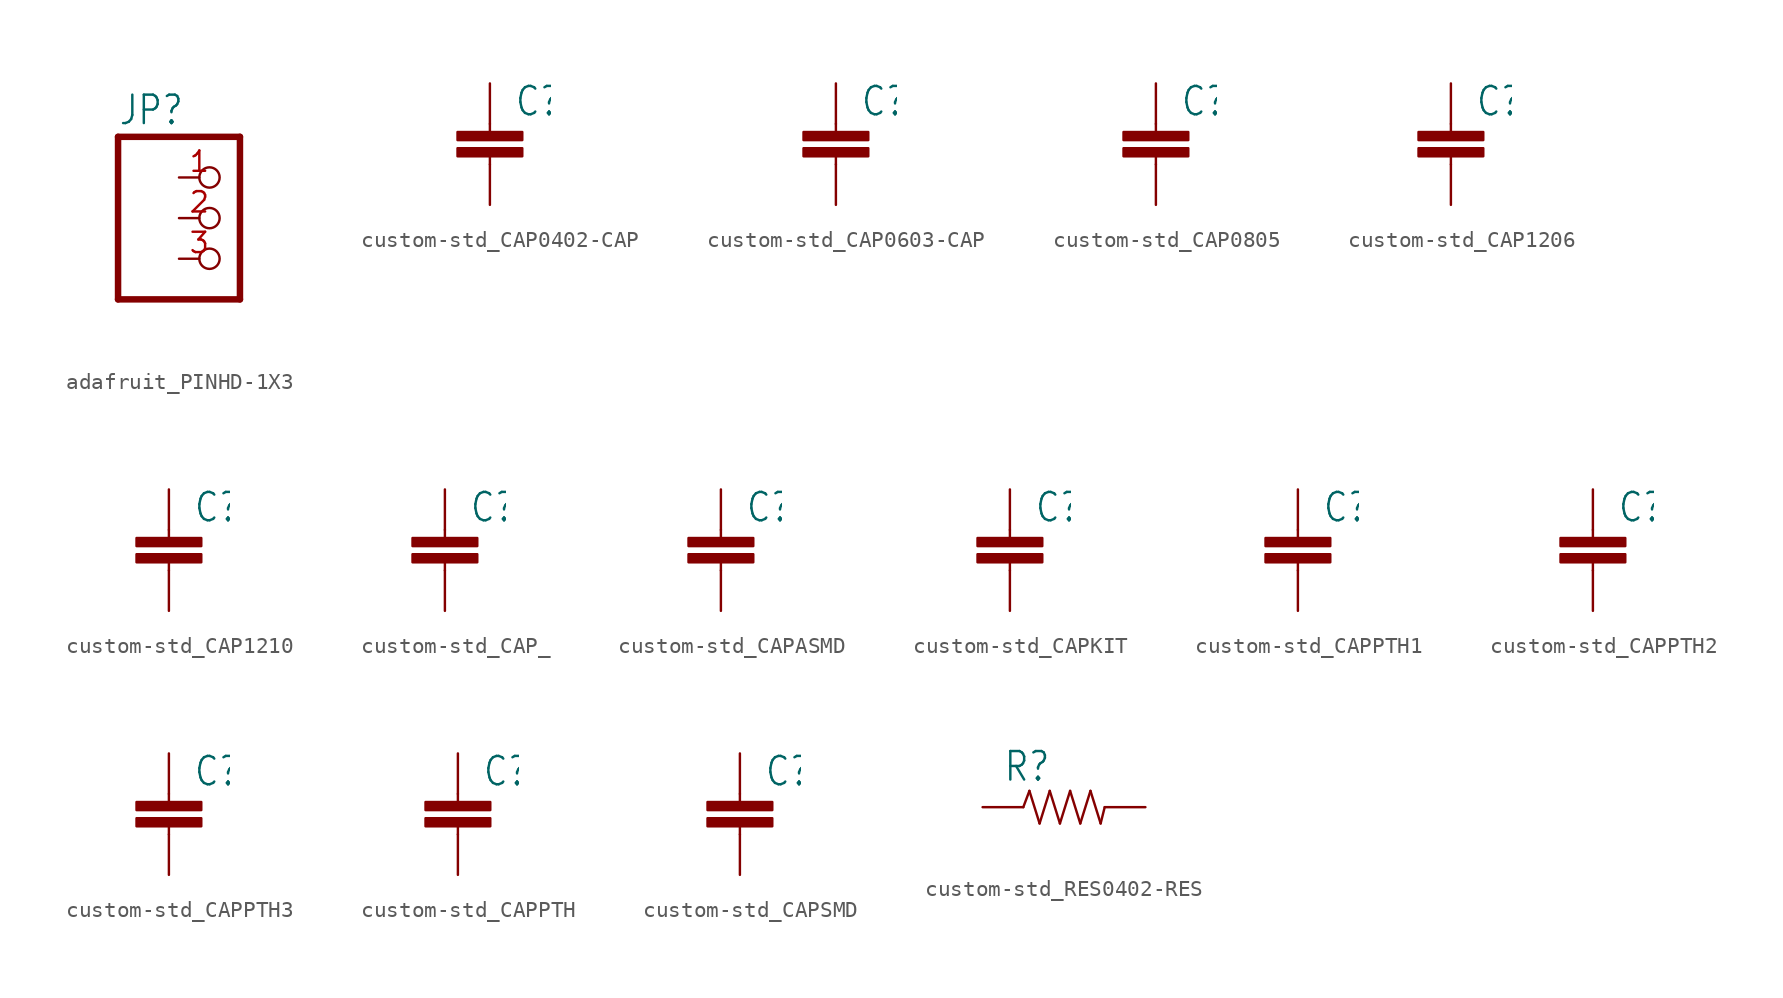
<source format=kicad_sym>
(kicad_symbol_lib
  (version 20220914)
  (generator kicad_symbol_editor)
  (symbol "adafruit_PINHD-1X3"
    (property "Reference" "JP"
      (at -6.35 5.715 0)
      (effects (font (size 1.778 1.511)) (justify left bottom)))
    (property "Value" ""
      (at -6.35 -7.62 0)
      (effects (font (size 1.778 1.511)) (justify left bottom)))
    (property "ki_locked" ""
      (at 0 0 0)
      (effects (font (size 1.27 1.27))))
    (symbol "adafruit_PINHD-1X3_1_0"
      (polyline (pts (xy -6.35 -5.08) (xy 1.27 -5.08)) (stroke (width 0.406) (type solid)) (fill (type none)))
      (polyline (pts (xy -6.35 5.08) (xy -6.35 -5.08)) (stroke (width 0.406) (type solid)) (fill (type none)))
      (polyline (pts (xy 1.27 -5.08) (xy 1.27 5.08)) (stroke (width 0.406) (type solid)) (fill (type none)))
      (polyline (pts (xy 1.27 5.08) (xy -6.35 5.08)) (stroke (width 0.406) (type solid)) (fill (type none)))
      (pin passive inverted (at -2.54 2.54 0) (length 2.54) (name "1" (effects (font (size 0 0)))) (number "1" (effects (font (size 1.27 1.27)))))
      (pin passive inverted (at -2.54 0 0) (length 2.54) (name "2" (effects (font (size 0 0)))) (number "2" (effects (font (size 1.27 1.27)))))
      (pin passive inverted (at -2.54 -2.54 0) (length 2.54) (name "3" (effects (font (size 0 0)))) (number "3" (effects (font (size 1.27 1.27)))))))
  (symbol "custom-std_CAP0402-CAP"
    (property "Reference" "C"
      (at 1.524 2.921 0)
      (effects (font (size 1.778 1.511)) (justify left bottom)))
    (property "Value" ""
      (at 1.524 -2.159 0)
      (effects (font (size 1.778 1.511)) (justify left bottom)))
    (property "ki_locked" ""
      (at 0 0 0)
      (effects (font (size 1.27 1.27))))
    (symbol "custom-std_CAP0402-CAP_1_0"
      (rectangle (start -2.032 0.508) (end 2.032 1.016) (stroke (width 0) (type default)) (fill (type outline)))
      (rectangle (start -2.032 1.524) (end 2.032 2.032) (stroke (width 0) (type default)) (fill (type outline)))
      (polyline (pts (xy 0 0) (xy 0 0.508)) (stroke (width 0.152) (type solid)) (fill (type none)))
      (polyline (pts (xy 0 2.54) (xy 0 2.032)) (stroke (width 0.152) (type solid)) (fill (type none)))
      (pin passive line (at 0 5.08 270) (length 2.54) (name "1" (effects (font (size 0 0)))) (number "1" (effects (font (size 0 0)))))
      (pin passive line (at 0 -2.54 90) (length 2.54) (name "2" (effects (font (size 0 0)))) (number "2" (effects (font (size 0 0)))))))
  (symbol "custom-std_CAP0603-CAP"
    (property "Reference" "C"
      (at 1.524 2.921 0)
      (effects (font (size 1.778 1.511)) (justify left bottom)))
    (property "Value" ""
      (at 1.524 -2.159 0)
      (effects (font (size 1.778 1.511)) (justify left bottom)))
    (property "ki_locked" ""
      (at 0 0 0)
      (effects (font (size 1.27 1.27))))
    (symbol "custom-std_CAP0603-CAP_1_0"
      (rectangle (start -2.032 0.508) (end 2.032 1.016) (stroke (width 0) (type default)) (fill (type outline)))
      (rectangle (start -2.032 1.524) (end 2.032 2.032) (stroke (width 0) (type default)) (fill (type outline)))
      (polyline (pts (xy 0 0) (xy 0 0.508)) (stroke (width 0.152) (type solid)) (fill (type none)))
      (polyline (pts (xy 0 2.54) (xy 0 2.032)) (stroke (width 0.152) (type solid)) (fill (type none)))
      (pin passive line (at 0 5.08 270) (length 2.54) (name "1" (effects (font (size 0 0)))) (number "1" (effects (font (size 0 0)))))
      (pin passive line (at 0 -2.54 90) (length 2.54) (name "2" (effects (font (size 0 0)))) (number "2" (effects (font (size 0 0)))))))
  (symbol "custom-std_CAP0805"
    (property "Reference" "C"
      (at 1.524 2.921 0)
      (effects (font (size 1.778 1.511)) (justify left bottom)))
    (property "Value" ""
      (at 1.524 -2.159 0)
      (effects (font (size 1.778 1.511)) (justify left bottom)))
    (property "ki_locked" ""
      (at 0 0 0)
      (effects (font (size 1.27 1.27))))
    (symbol "custom-std_CAP0805_1_0"
      (rectangle (start -2.032 0.508) (end 2.032 1.016) (stroke (width 0) (type default)) (fill (type outline)))
      (rectangle (start -2.032 1.524) (end 2.032 2.032) (stroke (width 0) (type default)) (fill (type outline)))
      (polyline (pts (xy 0 0) (xy 0 0.508)) (stroke (width 0.152) (type solid)) (fill (type none)))
      (polyline (pts (xy 0 2.54) (xy 0 2.032)) (stroke (width 0.152) (type solid)) (fill (type none)))
      (pin passive line (at 0 5.08 270) (length 2.54) (name "1" (effects (font (size 0 0)))) (number "1" (effects (font (size 0 0)))))
      (pin passive line (at 0 -2.54 90) (length 2.54) (name "2" (effects (font (size 0 0)))) (number "2" (effects (font (size 0 0)))))))
  (symbol "custom-std_CAP1206"
    (property "Reference" "C"
      (at 1.524 2.921 0)
      (effects (font (size 1.778 1.511)) (justify left bottom)))
    (property "Value" ""
      (at 1.524 -2.159 0)
      (effects (font (size 1.778 1.511)) (justify left bottom)))
    (property "ki_locked" ""
      (at 0 0 0)
      (effects (font (size 1.27 1.27))))
    (symbol "custom-std_CAP1206_1_0"
      (rectangle (start -2.032 0.508) (end 2.032 1.016) (stroke (width 0) (type default)) (fill (type outline)))
      (rectangle (start -2.032 1.524) (end 2.032 2.032) (stroke (width 0) (type default)) (fill (type outline)))
      (polyline (pts (xy 0 0) (xy 0 0.508)) (stroke (width 0.152) (type solid)) (fill (type none)))
      (polyline (pts (xy 0 2.54) (xy 0 2.032)) (stroke (width 0.152) (type solid)) (fill (type none)))
      (pin passive line (at 0 5.08 270) (length 2.54) (name "1" (effects (font (size 0 0)))) (number "1" (effects (font (size 0 0)))))
      (pin passive line (at 0 -2.54 90) (length 2.54) (name "2" (effects (font (size 0 0)))) (number "2" (effects (font (size 0 0)))))))
  (symbol "custom-std_CAP1210"
    (property "Reference" "C"
      (at 1.524 2.921 0)
      (effects (font (size 1.778 1.511)) (justify left bottom)))
    (property "Value" ""
      (at 1.524 -2.159 0)
      (effects (font (size 1.778 1.511)) (justify left bottom)))
    (property "ki_locked" ""
      (at 0 0 0)
      (effects (font (size 1.27 1.27))))
    (symbol "custom-std_CAP1210_1_0"
      (rectangle (start -2.032 0.508) (end 2.032 1.016) (stroke (width 0) (type default)) (fill (type outline)))
      (rectangle (start -2.032 1.524) (end 2.032 2.032) (stroke (width 0) (type default)) (fill (type outline)))
      (polyline (pts (xy 0 0) (xy 0 0.508)) (stroke (width 0.152) (type solid)) (fill (type none)))
      (polyline (pts (xy 0 2.54) (xy 0 2.032)) (stroke (width 0.152) (type solid)) (fill (type none)))
      (pin passive line (at 0 5.08 270) (length 2.54) (name "1" (effects (font (size 0 0)))) (number "1" (effects (font (size 0 0)))))
      (pin passive line (at 0 -2.54 90) (length 2.54) (name "2" (effects (font (size 0 0)))) (number "2" (effects (font (size 0 0)))))))
  (symbol "custom-std_CAP_"
    (property "Reference" "C"
      (at 1.524 2.921 0)
      (effects (font (size 1.778 1.511)) (justify left bottom)))
    (property "Value" ""
      (at 1.524 -2.159 0)
      (effects (font (size 1.778 1.511)) (justify left bottom)))
    (property "ki_locked" ""
      (at 0 0 0)
      (effects (font (size 1.27 1.27))))
    (symbol "custom-std_CAP__1_0"
      (rectangle (start -2.032 0.508) (end 2.032 1.016) (stroke (width 0) (type default)) (fill (type outline)))
      (rectangle (start -2.032 1.524) (end 2.032 2.032) (stroke (width 0) (type default)) (fill (type outline)))
      (polyline (pts (xy 0 0) (xy 0 0.508)) (stroke (width 0.152) (type solid)) (fill (type none)))
      (polyline (pts (xy 0 2.54) (xy 0 2.032)) (stroke (width 0.152) (type solid)) (fill (type none)))
      (pin passive line (at 0 5.08 270) (length 2.54) (name "1" (effects (font (size 0 0)))) (number "P$1" (effects (font (size 0 0)))))
      (pin passive line (at 0 -2.54 90) (length 2.54) (name "2" (effects (font (size 0 0)))) (number "P$2" (effects (font (size 0 0)))))))
  (symbol "custom-std_CAPASMD"
    (property "Reference" "C"
      (at 1.524 2.921 0)
      (effects (font (size 1.778 1.511)) (justify left bottom)))
    (property "Value" ""
      (at 1.524 -2.159 0)
      (effects (font (size 1.778 1.511)) (justify left bottom)))
    (property "ki_locked" ""
      (at 0 0 0)
      (effects (font (size 1.27 1.27))))
    (symbol "custom-std_CAPASMD_1_0"
      (rectangle (start -2.032 0.508) (end 2.032 1.016) (stroke (width 0) (type default)) (fill (type outline)))
      (rectangle (start -2.032 1.524) (end 2.032 2.032) (stroke (width 0) (type default)) (fill (type outline)))
      (polyline (pts (xy 0 0) (xy 0 0.508)) (stroke (width 0.152) (type solid)) (fill (type none)))
      (polyline (pts (xy 0 2.54) (xy 0 2.032)) (stroke (width 0.152) (type solid)) (fill (type none)))
      (pin passive line (at 0 5.08 270) (length 2.54) (name "1" (effects (font (size 0 0)))) (number "+" (effects (font (size 0 0)))))
      (pin passive line (at 0 -2.54 90) (length 2.54) (name "2" (effects (font (size 0 0)))) (number "-" (effects (font (size 0 0)))))))
  (symbol "custom-std_CAPKIT"
    (property "Reference" "C"
      (at 1.524 2.921 0)
      (effects (font (size 1.778 1.511)) (justify left bottom)))
    (property "Value" ""
      (at 1.524 -2.159 0)
      (effects (font (size 1.778 1.511)) (justify left bottom)))
    (property "ki_locked" ""
      (at 0 0 0)
      (effects (font (size 1.27 1.27))))
    (symbol "custom-std_CAPKIT_1_0"
      (rectangle (start -2.032 0.508) (end 2.032 1.016) (stroke (width 0) (type default)) (fill (type outline)))
      (rectangle (start -2.032 1.524) (end 2.032 2.032) (stroke (width 0) (type default)) (fill (type outline)))
      (polyline (pts (xy 0 0) (xy 0 0.508)) (stroke (width 0.152) (type solid)) (fill (type none)))
      (polyline (pts (xy 0 2.54) (xy 0 2.032)) (stroke (width 0.152) (type solid)) (fill (type none)))
      (pin passive line (at 0 5.08 270) (length 2.54) (name "1" (effects (font (size 0 0)))) (number "1" (effects (font (size 0 0)))))
      (pin passive line (at 0 -2.54 90) (length 2.54) (name "2" (effects (font (size 0 0)))) (number "2" (effects (font (size 0 0)))))))
  (symbol "custom-std_CAPPTH1"
    (property "Reference" "C"
      (at 1.524 2.921 0)
      (effects (font (size 1.778 1.511)) (justify left bottom)))
    (property "Value" ""
      (at 1.524 -2.159 0)
      (effects (font (size 1.778 1.511)) (justify left bottom)))
    (property "ki_locked" ""
      (at 0 0 0)
      (effects (font (size 1.27 1.27))))
    (symbol "custom-std_CAPPTH1_1_0"
      (rectangle (start -2.032 0.508) (end 2.032 1.016) (stroke (width 0) (type default)) (fill (type outline)))
      (rectangle (start -2.032 1.524) (end 2.032 2.032) (stroke (width 0) (type default)) (fill (type outline)))
      (polyline (pts (xy 0 0) (xy 0 0.508)) (stroke (width 0.152) (type solid)) (fill (type none)))
      (polyline (pts (xy 0 2.54) (xy 0 2.032)) (stroke (width 0.152) (type solid)) (fill (type none)))
      (pin passive line (at 0 5.08 270) (length 2.54) (name "1" (effects (font (size 0 0)))) (number "1" (effects (font (size 0 0)))))
      (pin passive line (at 0 -2.54 90) (length 2.54) (name "2" (effects (font (size 0 0)))) (number "2" (effects (font (size 0 0)))))))
  (symbol "custom-std_CAPPTH2"
    (property "Reference" "C"
      (at 1.524 2.921 0)
      (effects (font (size 1.778 1.511)) (justify left bottom)))
    (property "Value" ""
      (at 1.524 -2.159 0)
      (effects (font (size 1.778 1.511)) (justify left bottom)))
    (property "ki_locked" ""
      (at 0 0 0)
      (effects (font (size 1.27 1.27))))
    (symbol "custom-std_CAPPTH2_1_0"
      (rectangle (start -2.032 0.508) (end 2.032 1.016) (stroke (width 0) (type default)) (fill (type outline)))
      (rectangle (start -2.032 1.524) (end 2.032 2.032) (stroke (width 0) (type default)) (fill (type outline)))
      (polyline (pts (xy 0 0) (xy 0 0.508)) (stroke (width 0.152) (type solid)) (fill (type none)))
      (polyline (pts (xy 0 2.54) (xy 0 2.032)) (stroke (width 0.152) (type solid)) (fill (type none)))
      (pin passive line (at 0 5.08 270) (length 2.54) (name "1" (effects (font (size 0 0)))) (number "1" (effects (font (size 0 0)))))
      (pin passive line (at 0 -2.54 90) (length 2.54) (name "2" (effects (font (size 0 0)))) (number "2" (effects (font (size 0 0)))))))
  (symbol "custom-std_CAPPTH3"
    (property "Reference" "C"
      (at 1.524 2.921 0)
      (effects (font (size 1.778 1.511)) (justify left bottom)))
    (property "Value" ""
      (at 1.524 -2.159 0)
      (effects (font (size 1.778 1.511)) (justify left bottom)))
    (property "ki_locked" ""
      (at 0 0 0)
      (effects (font (size 1.27 1.27))))
    (symbol "custom-std_CAPPTH3_1_0"
      (rectangle (start -2.032 0.508) (end 2.032 1.016) (stroke (width 0) (type default)) (fill (type outline)))
      (rectangle (start -2.032 1.524) (end 2.032 2.032) (stroke (width 0) (type default)) (fill (type outline)))
      (polyline (pts (xy 0 0) (xy 0 0.508)) (stroke (width 0.152) (type solid)) (fill (type none)))
      (polyline (pts (xy 0 2.54) (xy 0 2.032)) (stroke (width 0.152) (type solid)) (fill (type none)))
      (pin passive line (at 0 5.08 270) (length 2.54) (name "1" (effects (font (size 0 0)))) (number "1" (effects (font (size 0 0)))))
      (pin passive line (at 0 -2.54 90) (length 2.54) (name "2" (effects (font (size 0 0)))) (number "2" (effects (font (size 0 0)))))))
  (symbol "custom-std_CAPPTH"
    (property "Reference" "C"
      (at 1.524 2.921 0)
      (effects (font (size 1.778 1.511)) (justify left bottom)))
    (property "Value" ""
      (at 1.524 -2.159 0)
      (effects (font (size 1.778 1.511)) (justify left bottom)))
    (property "ki_locked" ""
      (at 0 0 0)
      (effects (font (size 1.27 1.27))))
    (symbol "custom-std_CAPPTH_1_0"
      (rectangle (start -2.032 0.508) (end 2.032 1.016) (stroke (width 0) (type default)) (fill (type outline)))
      (rectangle (start -2.032 1.524) (end 2.032 2.032) (stroke (width 0) (type default)) (fill (type outline)))
      (polyline (pts (xy 0 0) (xy 0 0.508)) (stroke (width 0.152) (type solid)) (fill (type none)))
      (polyline (pts (xy 0 2.54) (xy 0 2.032)) (stroke (width 0.152) (type solid)) (fill (type none)))
      (pin passive line (at 0 5.08 270) (length 2.54) (name "1" (effects (font (size 0 0)))) (number "1" (effects (font (size 0 0)))))
      (pin passive line (at 0 -2.54 90) (length 2.54) (name "2" (effects (font (size 0 0)))) (number "2" (effects (font (size 0 0)))))))
  (symbol "custom-std_CAPSMD"
    (property "Reference" "C"
      (at 1.524 2.921 0)
      (effects (font (size 1.778 1.511)) (justify left bottom)))
    (property "Value" ""
      (at 1.524 -2.159 0)
      (effects (font (size 1.778 1.511)) (justify left bottom)))
    (property "ki_locked" ""
      (at 0 0 0)
      (effects (font (size 1.27 1.27))))
    (symbol "custom-std_CAPSMD_1_0"
      (rectangle (start -2.032 0.508) (end 2.032 1.016) (stroke (width 0) (type default)) (fill (type outline)))
      (rectangle (start -2.032 1.524) (end 2.032 2.032) (stroke (width 0) (type default)) (fill (type outline)))
      (polyline (pts (xy 0 0) (xy 0 0.508)) (stroke (width 0.152) (type solid)) (fill (type none)))
      (polyline (pts (xy 0 2.54) (xy 0 2.032)) (stroke (width 0.152) (type solid)) (fill (type none)))
      (pin passive line (at 0 5.08 270) (length 2.54) (name "1" (effects (font (size 0 0)))) (number "A" (effects (font (size 0 0)))))
      (pin passive line (at 0 -2.54 90) (length 2.54) (name "2" (effects (font (size 0 0)))) (number "C" (effects (font (size 0 0)))))))
  (symbol "custom-std_RES0402-RES"
    (property "Reference" "R"
      (at -3.81 1.499 0)
      (effects (font (size 1.778 1.511)) (justify left bottom)))
    (property "Value" ""
      (at -3.81 -3.302 0)
      (effects (font (size 1.778 1.511)) (justify left bottom)))
    (property "ki_locked" ""
      (at 0 0 0)
      (effects (font (size 1.27 1.27))))
    (symbol "custom-std_RES0402-RES_1_0"
      (polyline (pts (xy -2.54 0) (xy -2.159 1.016)) (stroke (width 0.152) (type solid)) (fill (type none)))
      (polyline (pts (xy -2.159 1.016) (xy -1.524 -1.016)) (stroke (width 0.152) (type solid)) (fill (type none)))
      (polyline (pts (xy -1.524 -1.016) (xy -0.889 1.016)) (stroke (width 0.152) (type solid)) (fill (type none)))
      (polyline (pts (xy -0.889 1.016) (xy -0.254 -1.016)) (stroke (width 0.152) (type solid)) (fill (type none)))
      (polyline (pts (xy -0.254 -1.016) (xy 0.381 1.016)) (stroke (width 0.152) (type solid)) (fill (type none)))
      (polyline (pts (xy 0.381 1.016) (xy 1.016 -1.016)) (stroke (width 0.152) (type solid)) (fill (type none)))
      (polyline (pts (xy 1.016 -1.016) (xy 1.651 1.016)) (stroke (width 0.152) (type solid)) (fill (type none)))
      (polyline (pts (xy 1.651 1.016) (xy 2.286 -1.016)) (stroke (width 0.152) (type solid)) (fill (type none)))
      (polyline (pts (xy 2.286 -1.016) (xy 2.54 0)) (stroke (width 0.152) (type solid)) (fill (type none)))
      (pin passive line (at -5.08 0 0) (length 2.54) (name "1" (effects (font (size 0 0)))) (number "1" (effects (font (size 0 0)))))
      (pin passive line (at 5.08 0 180) (length 2.54) (name "2" (effects (font (size 0 0)))) (number "2" (effects (font (size 0 0))))))))
</source>
